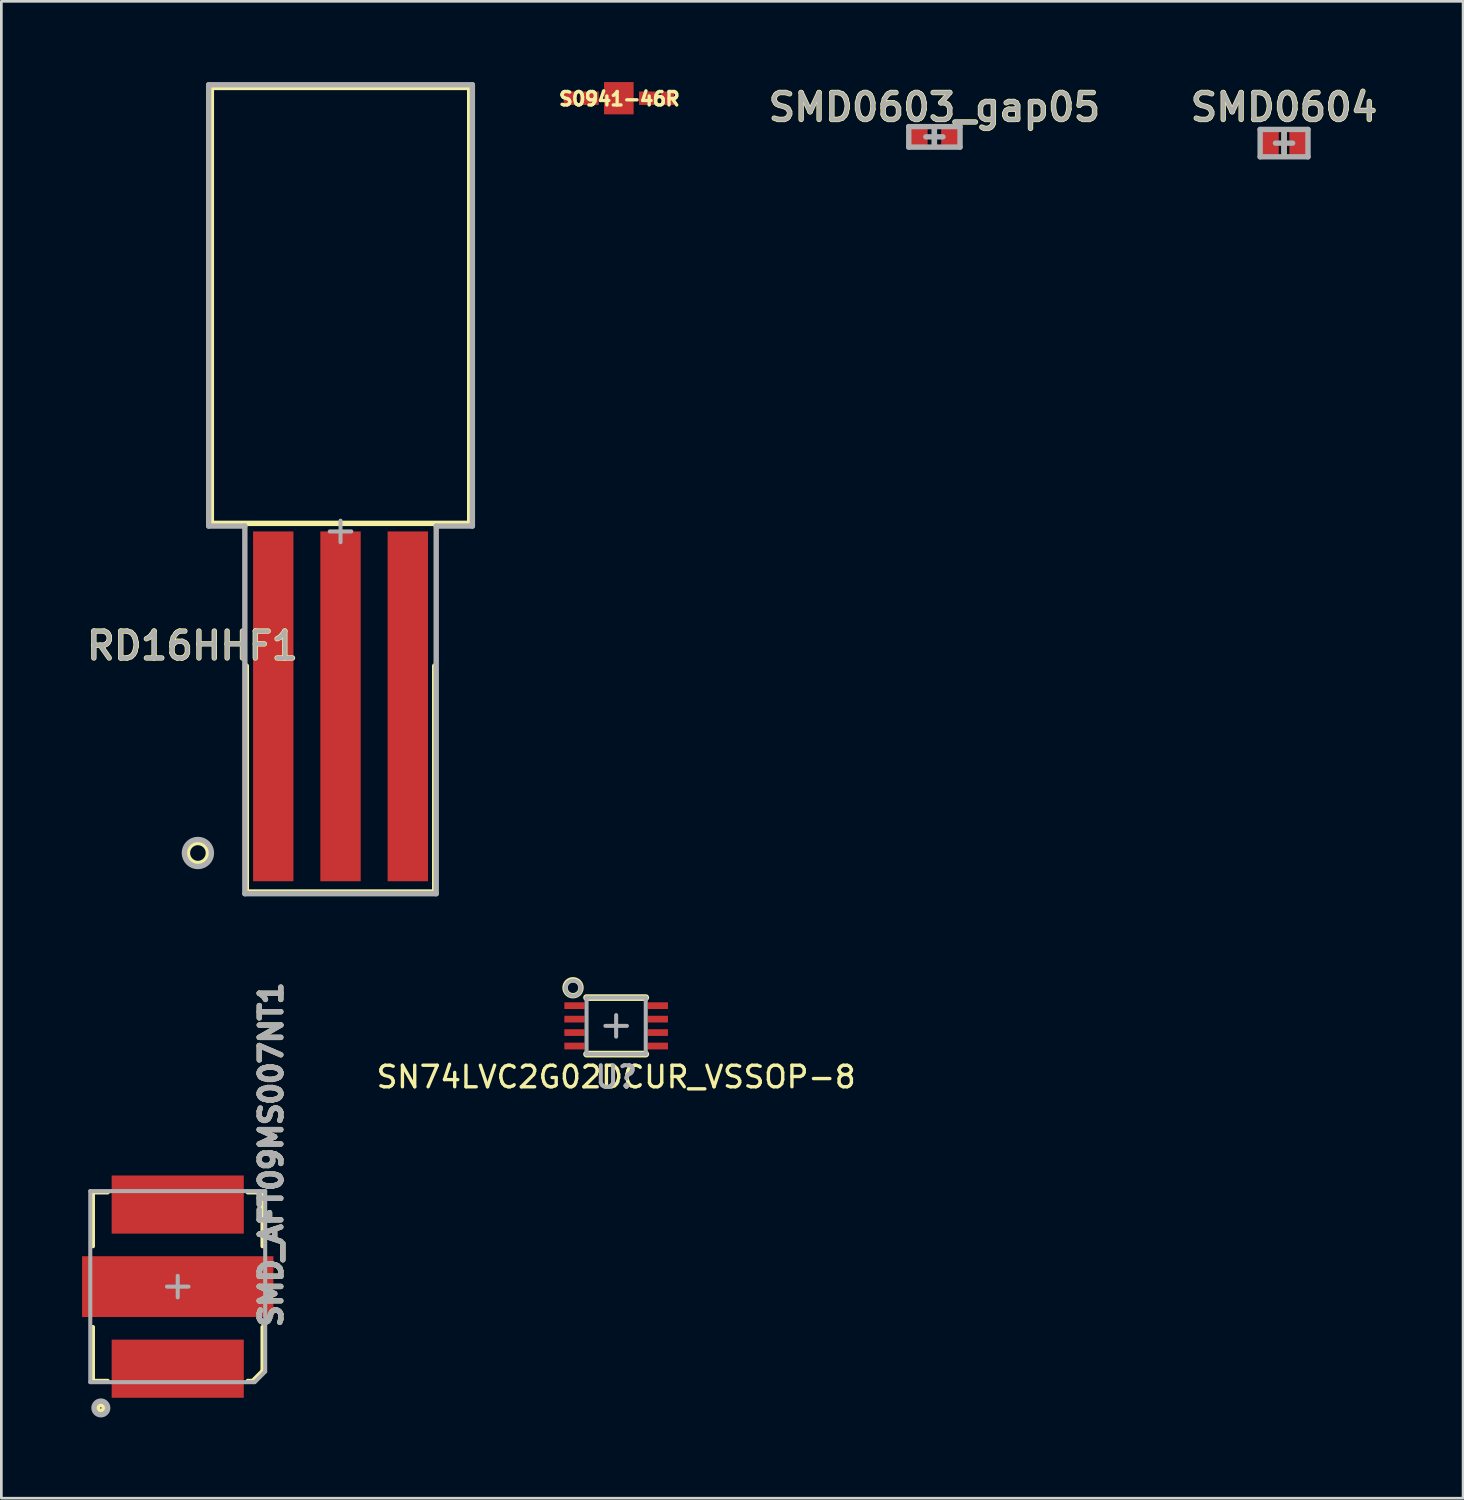
<source format=kicad_pcb>
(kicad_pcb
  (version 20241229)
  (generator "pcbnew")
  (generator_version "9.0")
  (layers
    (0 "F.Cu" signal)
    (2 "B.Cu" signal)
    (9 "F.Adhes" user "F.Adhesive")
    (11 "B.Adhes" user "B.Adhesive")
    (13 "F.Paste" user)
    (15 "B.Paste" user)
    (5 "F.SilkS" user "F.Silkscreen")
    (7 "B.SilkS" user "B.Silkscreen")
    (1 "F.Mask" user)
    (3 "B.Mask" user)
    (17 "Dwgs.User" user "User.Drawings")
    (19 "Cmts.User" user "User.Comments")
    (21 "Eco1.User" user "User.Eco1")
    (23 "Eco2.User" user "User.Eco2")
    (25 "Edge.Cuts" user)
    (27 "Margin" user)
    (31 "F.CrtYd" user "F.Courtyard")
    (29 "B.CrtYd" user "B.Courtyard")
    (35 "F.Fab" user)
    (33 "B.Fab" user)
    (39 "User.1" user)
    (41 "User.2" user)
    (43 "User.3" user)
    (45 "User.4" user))
  (footprint "SMD0604"
    (layer "F.Cu")
    (at 44.67 2.269)
    (property "Reference" "SMD0604" (at 0 -1.333 0) (layer "F.SilkS") (effects (font (size 1 1) (thickness 0.2))))
    (attr through_hole)
    (fp_line (start 0 -0.45) (end 0 0.45) (stroke (width 0.196) (type solid)) (layer "F.SilkS"))
    (fp_line (start -0.889 -0.508) (end -0.889 0.508) (stroke (width 0.2) (type solid)) (layer "F.Fab"))
    (fp_line (start -0.889 0.508) (end 0.889 0.508) (stroke (width 0.2) (type solid)) (layer "F.Fab"))
    (fp_line (start -0.318 0) (end 0.318 0) (stroke (width 0.2) (type solid)) (layer "F.Fab"))
    (fp_line (start 0 -0.318) (end 0 0.318) (stroke (width 0.2) (type solid)) (layer "F.Fab"))
    (fp_line (start 0.889 -0.508) (end -0.889 -0.508) (stroke (width 0.2) (type solid)) (layer "F.Fab"))
    (fp_line (start 0.889 0.508) (end 0.889 -0.508) (stroke (width 0.2) (type solid)) (layer "F.Fab"))
    (fp_text user "${REFERENCE}" (at 0 -1.333 0) (layer "F.Fab") (effects (font (size 1 1) (thickness 0.15))))
    (pad "1" smd rect (at -0.546 0) (size 0.699 1.05) (layers "F.Cu" "F.Mask" "F.Paste"))
    (pad "2" smd rect (at 0.546 0) (size 0.699 1.05) (layers "F.Cu" "F.Mask" "F.Paste")))
  (footprint "SMD0603_gap05"
    (layer "F.Cu")
    (at 31.675 2.036)
    (property "Reference" "SMD0603_gap05" (at 0 -1.1 0) (layer "F.SilkS") (effects (font (size 1 1) (thickness 0.2))))
    (attr through_hole)
    (fp_line (start 0 -0.348) (end 0 0.348) (stroke (width 0.196) (type solid)) (layer "F.SilkS"))
    (fp_line (start -0.953 -0.381) (end -0.953 0.381) (stroke (width 0.2) (type solid)) (layer "F.Fab"))
    (fp_line (start -0.953 0.381) (end 0.953 0.381) (stroke (width 0.2) (type solid)) (layer "F.Fab"))
    (fp_line (start -0.318 0) (end 0.318 0) (stroke (width 0.2) (type solid)) (layer "F.Fab"))
    (fp_line (start 0 -0.318) (end 0 0.318) (stroke (width 0.2) (type solid)) (layer "F.Fab"))
    (fp_line (start 0.953 -0.381) (end -0.953 -0.381) (stroke (width 0.2) (type solid)) (layer "F.Fab"))
    (fp_line (start 0.953 0.381) (end 0.953 -0.381) (stroke (width 0.2) (type solid)) (layer "F.Fab"))
    (fp_text user "${REFERENCE}" (at 0 -1.1 0) (layer "F.Fab") (effects (font (size 1 1) (thickness 0.15))))
    (pad "1" smd rect (at -0.6 0) (size 0.699 0.798) (layers "F.Cu" "F.Mask" "F.Paste"))
    (pad "2" smd rect (at 0.6 0) (size 0.699 0.798) (layers "F.Cu" "F.Mask" "F.Paste")))
  (footprint "SN74LVC2G02DCUR_VSSOP-8"
    (layer "F.Cu")
    (at 19.848 35.074)
    (property "Reference" "SN74LVC2G02DCUR_VSSOP-8" (at 0 1.9 0) (layer "F.SilkS") (effects (font (size 0.8 0.8) (thickness 0.125))))
    (attr smd)
    (fp_line (start -1.1 -1.05) (end 1.1 -1.05) (stroke (width 0.25) (type solid)) (layer "F.SilkS"))
    (fp_line (start -1.1 1.05) (end 1.1 1.05) (stroke (width 0.25) (type solid)) (layer "F.SilkS"))
    (fp_circle (center -1.603 -1.416) (end -1.4 -1.2) (stroke (width 0.2) (type solid)) (fill no) (layer "F.SilkS"))
    (fp_line (start -1.1 -1.05) (end 1.1 -1.05) (stroke (width 0.15) (type solid)) (layer "F.Fab"))
    (fp_line (start -1.1 1.05) (end -1.1 -1.05) (stroke (width 0.15) (type solid)) (layer "F.Fab"))
    (fp_line (start -1.1 1.05) (end 1.1 1.05) (stroke (width 0.15) (type solid)) (layer "F.Fab"))
    (fp_line (start -0.4 0) (end 0.4 0) (stroke (width 0.15) (type solid)) (layer "F.Fab"))
    (fp_line (start 0 -0.4) (end 0 0.4) (stroke (width 0.15) (type solid)) (layer "F.Fab"))
    (fp_line (start 1.1 -1.05) (end 1.1 1.05) (stroke (width 0.15) (type solid)) (layer "F.Fab"))
    (fp_circle (center -1.6 -1.4) (end -1.4 -1.2) (stroke (width 0.15) (type solid)) (fill no) (layer "F.Fab"))
    (fp_text user "U?" (at 0 1.9 0) (layer "F.Fab") (effects (font (size 0.8 0.8) (thickness 0.15))))
    (pad "1" smd rect (at -1.55 -0.75) (size 0.75 0.25) (layers "F.Cu" "F.Mask" "F.Paste"))
    (pad "2" smd rect (at -1.55 -0.25) (size 0.75 0.25) (layers "F.Cu" "F.Mask" "F.Paste"))
    (pad "3" smd rect (at -1.55 0.25) (size 0.75 0.25) (layers "F.Cu" "F.Mask" "F.Paste"))
    (pad "4" smd rect (at -1.55 0.75) (size 0.75 0.25) (layers "F.Cu" "F.Mask" "F.Paste"))
    (pad "5" smd rect (at 1.55 0.75) (size 0.75 0.25) (layers "F.Cu" "F.Mask" "F.Paste"))
    (pad "6" smd rect (at 1.55 0.25) (size 0.75 0.25) (layers "F.Cu" "F.Mask" "F.Paste"))
    (pad "7" smd rect (at 1.55 -0.25) (size 0.75 0.25) (layers "F.Cu" "F.Mask" "F.Paste"))
    (pad "8" smd rect (at 1.55 -0.75) (size 0.75 0.25) (layers "F.Cu" "F.Mask" "F.Paste")))
  (footprint "SMD_AFT09MS007NT1"
    (layer "F.Cu")
    (at 3.555 44.765)
    (property "Reference" "SMD_AFT09MS007NT1" (at 3.471 -4.902 90) (layer "F.SilkS") (effects (font (size 0.8 0.8) (thickness 0.2))))
    (attr smd)
    (fp_line (start -3.15 -3.5) (end -3.15 -1.5) (stroke (width 0.15) (type solid)) (layer "F.SilkS"))
    (fp_line (start -3.15 -3.5) (end -2.6 -3.5) (stroke (width 0.15) (type solid)) (layer "F.SilkS"))
    (fp_line (start -3.15 1.5) (end -3.15 3.5) (stroke (width 0.15) (type solid)) (layer "F.SilkS"))
    (fp_line (start -3.15 3.5) (end -2.6 3.5) (stroke (width 0.15) (type solid)) (layer "F.SilkS"))
    (fp_line (start 2.6 -3.5) (end 3.15 -3.5) (stroke (width 0.15) (type solid)) (layer "F.SilkS"))
    (fp_line (start 2.76 3.5) (end 2.6 3.5) (stroke (width 0.15) (type solid)) (layer "F.SilkS"))
    (fp_line (start 2.78 3.5) (end 3.15 3.13) (stroke (width 0.15) (type solid)) (layer "F.SilkS"))
    (fp_line (start 3.15 -3.5) (end 3.15 -1.5) (stroke (width 0.15) (type solid)) (layer "F.SilkS"))
    (fp_line (start 3.15 1.5) (end 3.15 3.13) (stroke (width 0.15) (type solid)) (layer "F.SilkS"))
    (fp_circle (center -2.857 4.508) (end -2.731 4.508) (stroke (width 0.2) (type solid)) (fill no) (layer "F.SilkS"))
    (fp_line (start -3.25 -3.55) (end -3.25 3.55) (stroke (width 0.15) (type solid)) (layer "F.Fab"))
    (fp_line (start -3.25 -3.55) (end 3.25 -3.55) (stroke (width 0.15) (type solid)) (layer "F.Fab"))
    (fp_line (start -3.25 3.55) (end 2.85 3.55) (stroke (width 0.15) (type solid)) (layer "F.Fab"))
    (fp_line (start -0.4 0) (end 0.4 0) (stroke (width 0.15) (type solid)) (layer "F.Fab"))
    (fp_line (start 0 -0.4) (end 0 0.4) (stroke (width 0.15) (type solid)) (layer "F.Fab"))
    (fp_line (start 2.86 3.55) (end 3.25 3.16) (stroke (width 0.15) (type solid)) (layer "F.Fab"))
    (fp_line (start 3.25 -3.55) (end 3.25 3.15) (stroke (width 0.15) (type solid)) (layer "F.Fab"))
    (fp_circle (center -2.857 4.508) (end -2.603 4.508) (stroke (width 0.2) (type solid)) (fill no) (layer "F.Fab"))
    (fp_text user "${REFERENCE}" (at 3.471 -4.902 90) (layer "F.Fab") (effects (font (size 0.8 0.8) (thickness 0.2))))
    (pad "1" smd rect (at 0 3.05) (size 4.91 2.16) (layers "F.Cu" "F.Mask" "F.Paste"))
    (pad "2" smd rect (at 0 -3.05) (size 4.91 2.16) (layers "F.Cu" "F.Mask" "F.Paste"))
    (pad "3" smd rect (at 0 0) (size 7.11 2.26) (layers "F.Cu" "F.Mask" "F.Paste")))
  (footprint "S0941-46R"
    (layer "F.Cu")
    (at 19.948 0.6)
    (property "Reference" "S0941-46R" (at 0.02 0.025 0) (layer "F.SilkS") (effects (font (size 0.5 0.5) (thickness 0.125))))
    (attr through_hole)
    (pad "" smd rect (at -1.81 0) (size 0.48 0.5) (layers "F.Cu" "F.Mask" "F.Paste"))
    (pad "" smd rect (at -1.1 0) (size 0.7 0.5) (layers "F.Cu" "F.Mask" "F.Paste"))
    (pad "" smd rect (at 0 0) (size 1.1 1.2) (layers "F.Cu" "F.Mask" "F.Paste"))
    (pad "" smd rect (at 1.1 0) (size 0.7 0.5) (layers "F.Cu" "F.Mask" "F.Paste"))
    (pad "" smd rect (at 1.81 0) (size 0.48 0.5) (layers "F.Cu" "F.Mask" "F.Paste")))
  (footprint "RD16HHF1"
    (layer "F.Cu")
    (at 9.605 16.7)
    (property "Reference" "RD16HHF1" (at -5.5 4.25 0) (layer "F.SilkS") (effects (font (size 1 1) (thickness 0.2))))
    (attr smd)
    (fp_line (start -4.8 -16.5) (end -4.8 -0.3) (stroke (width 0.2) (type solid)) (layer "F.SilkS"))
    (fp_line (start -4.8 -16.5) (end 4.8 -16.5) (stroke (width 0.2) (type solid)) (layer "F.SilkS"))
    (fp_line (start -4.8 -0.3) (end 4.8 -0.3) (stroke (width 0.2) (type solid)) (layer "F.SilkS"))
    (fp_line (start -3.5 13.4) (end -3.5 5) (stroke (width 0.2) (type solid)) (layer "F.SilkS"))
    (fp_line (start 3.5 13.35) (end 3.5 5) (stroke (width 0.2) (type solid)) (layer "F.SilkS"))
    (fp_line (start 3.5 13.4) (end -3.5 13.4) (stroke (width 0.2) (type solid)) (layer "F.SilkS"))
    (fp_line (start 4.8 -16.5) (end 4.8 -0.3) (stroke (width 0.2) (type solid)) (layer "F.SilkS"))
    (fp_circle (center -5.3 11.95) (end -5 12.2) (stroke (width 0.2) (type solid)) (fill no) (layer "F.SilkS"))
    (fp_line (start -4.9 -16.6) (end -4.9 -0.2) (stroke (width 0.2) (type solid)) (layer "F.Fab"))
    (fp_line (start -4.9 -0.2) (end -3.556 -0.2) (stroke (width 0.2) (type solid)) (layer "F.Fab"))
    (fp_line (start -3.556 -0.2) (end -3.556 13.462) (stroke (width 0.2) (type solid)) (layer "F.Fab"))
    (fp_line (start -3.556 13.462) (end 3.556 13.462) (stroke (width 0.2) (type solid)) (layer "F.Fab"))
    (fp_line (start -0.4 0) (end 0.4 0) (stroke (width 0.15) (type solid)) (layer "F.Fab"))
    (fp_line (start 0 -0.4) (end 0 0.4) (stroke (width 0.15) (type solid)) (layer "F.Fab"))
    (fp_line (start 3.556 -0.2) (end 4.9 -0.2) (stroke (width 0.2) (type solid)) (layer "F.Fab"))
    (fp_line (start 3.556 13.462) (end 3.556 -0.2) (stroke (width 0.2) (type solid)) (layer "F.Fab"))
    (fp_line (start 4.9 -16.6) (end -4.9 -16.6) (stroke (width 0.2) (type solid)) (layer "F.Fab"))
    (fp_line (start 4.9 -0.2) (end 4.9 -16.6) (stroke (width 0.2) (type solid)) (layer "F.Fab"))
    (fp_circle (center -5.3 11.95) (end -4.8 11.9) (stroke (width 0.2) (type solid)) (fill no) (layer "F.Fab"))
    (fp_text user "${REFERENCE}" (at -5.5 4.25 0) (layer "F.Fab") (effects (font (size 1 1) (thickness 0.15))))
    (pad "1" smd rect (at -2.5 6.5) (size 1.5 13) (layers "F.Cu" "F.Mask" "F.Paste"))
    (pad "2" smd rect (at 0 6.5) (size 1.5 13) (layers "F.Cu" "F.Mask" "F.Paste"))
    (pad "3" smd rect (at 2.5 6.5) (size 1.5 13) (layers "F.Cu" "F.Mask" "F.Paste")))
  (gr_rect
    (start -3 -3)
    (end 51.323 52.628)
    (stroke (width 0.1) (type default))
    (fill no)
    (layer "Edge.Cuts")))
</source>
